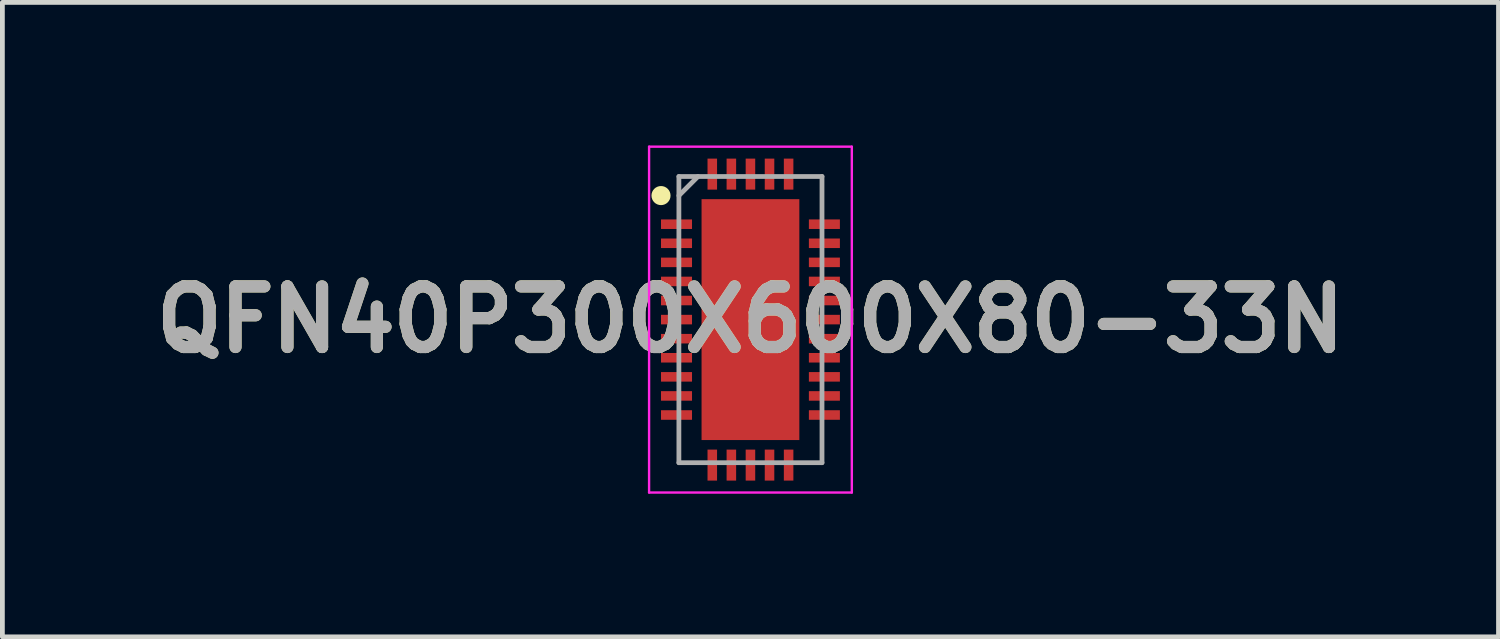
<source format=kicad_pcb>
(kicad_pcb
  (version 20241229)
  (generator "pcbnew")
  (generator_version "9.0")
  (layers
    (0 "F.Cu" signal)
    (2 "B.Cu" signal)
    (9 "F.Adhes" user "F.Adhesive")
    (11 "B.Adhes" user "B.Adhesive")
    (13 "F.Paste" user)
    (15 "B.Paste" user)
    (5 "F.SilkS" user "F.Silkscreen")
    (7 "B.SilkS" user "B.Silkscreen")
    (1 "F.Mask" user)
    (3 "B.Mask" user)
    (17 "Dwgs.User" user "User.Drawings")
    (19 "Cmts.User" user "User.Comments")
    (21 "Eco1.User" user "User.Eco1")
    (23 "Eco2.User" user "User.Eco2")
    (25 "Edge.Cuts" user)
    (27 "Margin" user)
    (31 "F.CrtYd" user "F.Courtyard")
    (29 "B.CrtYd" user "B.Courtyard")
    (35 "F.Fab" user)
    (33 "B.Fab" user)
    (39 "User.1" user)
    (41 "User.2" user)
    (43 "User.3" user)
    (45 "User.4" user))
  (footprint "QFN40P300X600X80-33N"
    (layer "F.Cu")
    (at 12.682 3.65)
    (property "Reference" "QFN40P300X600X80-33N" (at 0 0 0) (layer "F.SilkS") (effects (font (size 1.27 1.27) (thickness 0.254))))
    (attr smd)
    (fp_circle (center -1.875 -2.6) (end -1.875 -2.5) (stroke (width 0.2) (type solid)) (fill no) (layer "F.SilkS"))
    (fp_line (start -2.125 -3.625) (end 2.125 -3.625) (stroke (width 0.05) (type solid)) (layer "F.CrtYd"))
    (fp_line (start -2.125 3.625) (end -2.125 -3.625) (stroke (width 0.05) (type solid)) (layer "F.CrtYd"))
    (fp_line (start 2.125 -3.625) (end 2.125 3.625) (stroke (width 0.05) (type solid)) (layer "F.CrtYd"))
    (fp_line (start 2.125 3.625) (end -2.125 3.625) (stroke (width 0.05) (type solid)) (layer "F.CrtYd"))
    (fp_line (start -1.5 -3) (end 1.5 -3) (stroke (width 0.1) (type solid)) (layer "F.Fab"))
    (fp_line (start -1.5 -2.6) (end -1.1 -3) (stroke (width 0.1) (type solid)) (layer "F.Fab"))
    (fp_line (start -1.5 3) (end -1.5 -3) (stroke (width 0.1) (type solid)) (layer "F.Fab"))
    (fp_line (start 1.5 -3) (end 1.5 3) (stroke (width 0.1) (type solid)) (layer "F.Fab"))
    (fp_line (start 1.5 3) (end -1.5 3) (stroke (width 0.1) (type solid)) (layer "F.Fab"))
    (fp_text user "${REFERENCE}" (at 0 0 0) (layer "F.Fab") (effects (font (size 1.27 1.27) (thickness 0.254))))
    (pad "1" smd rect (at -1.55 -2 90) (size 0.2 0.65) (layers "F.Cu" "F.Mask" "F.Paste"))
    (pad "2" smd rect (at -1.55 -1.6 90) (size 0.2 0.65) (layers "F.Cu" "F.Mask" "F.Paste"))
    (pad "3" smd rect (at -1.55 -1.2 90) (size 0.2 0.65) (layers "F.Cu" "F.Mask" "F.Paste"))
    (pad "4" smd rect (at -1.55 -0.8 90) (size 0.2 0.65) (layers "F.Cu" "F.Mask" "F.Paste"))
    (pad "5" smd rect (at -1.55 -0.4 90) (size 0.2 0.65) (layers "F.Cu" "F.Mask" "F.Paste"))
    (pad "6" smd rect (at -1.55 0 90) (size 0.2 0.65) (layers "F.Cu" "F.Mask" "F.Paste"))
    (pad "7" smd rect (at -1.55 0.4 90) (size 0.2 0.65) (layers "F.Cu" "F.Mask" "F.Paste"))
    (pad "8" smd rect (at -1.55 0.8 90) (size 0.2 0.65) (layers "F.Cu" "F.Mask" "F.Paste"))
    (pad "9" smd rect (at -1.55 1.2 90) (size 0.2 0.65) (layers "F.Cu" "F.Mask" "F.Paste"))
    (pad "10" smd rect (at -1.55 1.6 90) (size 0.2 0.65) (layers "F.Cu" "F.Mask" "F.Paste"))
    (pad "11" smd rect (at -1.55 2 90) (size 0.2 0.65) (layers "F.Cu" "F.Mask" "F.Paste"))
    (pad "12" smd rect (at -0.8 3.05) (size 0.2 0.65) (layers "F.Cu" "F.Mask" "F.Paste"))
    (pad "13" smd rect (at -0.4 3.05) (size 0.2 0.65) (layers "F.Cu" "F.Mask" "F.Paste"))
    (pad "14" smd rect (at 0 3.05) (size 0.2 0.65) (layers "F.Cu" "F.Mask" "F.Paste"))
    (pad "15" smd rect (at 0.4 3.05) (size 0.2 0.65) (layers "F.Cu" "F.Mask" "F.Paste"))
    (pad "16" smd rect (at 0.8 3.05) (size 0.2 0.65) (layers "F.Cu" "F.Mask" "F.Paste"))
    (pad "17" smd rect (at 1.55 2 90) (size 0.2 0.65) (layers "F.Cu" "F.Mask" "F.Paste"))
    (pad "18" smd rect (at 1.55 1.6 90) (size 0.2 0.65) (layers "F.Cu" "F.Mask" "F.Paste"))
    (pad "19" smd rect (at 1.55 1.2 90) (size 0.2 0.65) (layers "F.Cu" "F.Mask" "F.Paste"))
    (pad "20" smd rect (at 1.55 0.8 90) (size 0.2 0.65) (layers "F.Cu" "F.Mask" "F.Paste"))
    (pad "21" smd rect (at 1.55 0.4 90) (size 0.2 0.65) (layers "F.Cu" "F.Mask" "F.Paste"))
    (pad "22" smd rect (at 1.55 0 90) (size 0.2 0.65) (layers "F.Cu" "F.Mask" "F.Paste"))
    (pad "23" smd rect (at 1.55 -0.4 90) (size 0.2 0.65) (layers "F.Cu" "F.Mask" "F.Paste"))
    (pad "24" smd rect (at 1.55 -0.8 90) (size 0.2 0.65) (layers "F.Cu" "F.Mask" "F.Paste"))
    (pad "25" smd rect (at 1.55 -1.2 90) (size 0.2 0.65) (layers "F.Cu" "F.Mask" "F.Paste"))
    (pad "26" smd rect (at 1.55 -1.6 90) (size 0.2 0.65) (layers "F.Cu" "F.Mask" "F.Paste"))
    (pad "27" smd rect (at 1.55 -2 90) (size 0.2 0.65) (layers "F.Cu" "F.Mask" "F.Paste"))
    (pad "28" smd rect (at 0.8 -3.05) (size 0.2 0.65) (layers "F.Cu" "F.Mask" "F.Paste"))
    (pad "29" smd rect (at 0.4 -3.05) (size 0.2 0.65) (layers "F.Cu" "F.Mask" "F.Paste"))
    (pad "30" smd rect (at 0 -3.05) (size 0.2 0.65) (layers "F.Cu" "F.Mask" "F.Paste"))
    (pad "31" smd rect (at -0.4 -3.05) (size 0.2 0.65) (layers "F.Cu" "F.Mask" "F.Paste"))
    (pad "32" smd rect (at -0.8 -3.05) (size 0.2 0.65) (layers "F.Cu" "F.Mask" "F.Paste"))
    (pad "33" smd rect (at 0 0) (size 2.05 5.05) (layers "F.Cu" "F.Mask" "F.Paste")))
  (gr_rect
    (start -3 -3)
    (end 28.364 10.3)
    (stroke (width 0.1) (type default))
    (fill no)
    (layer "Edge.Cuts")))
</source>
